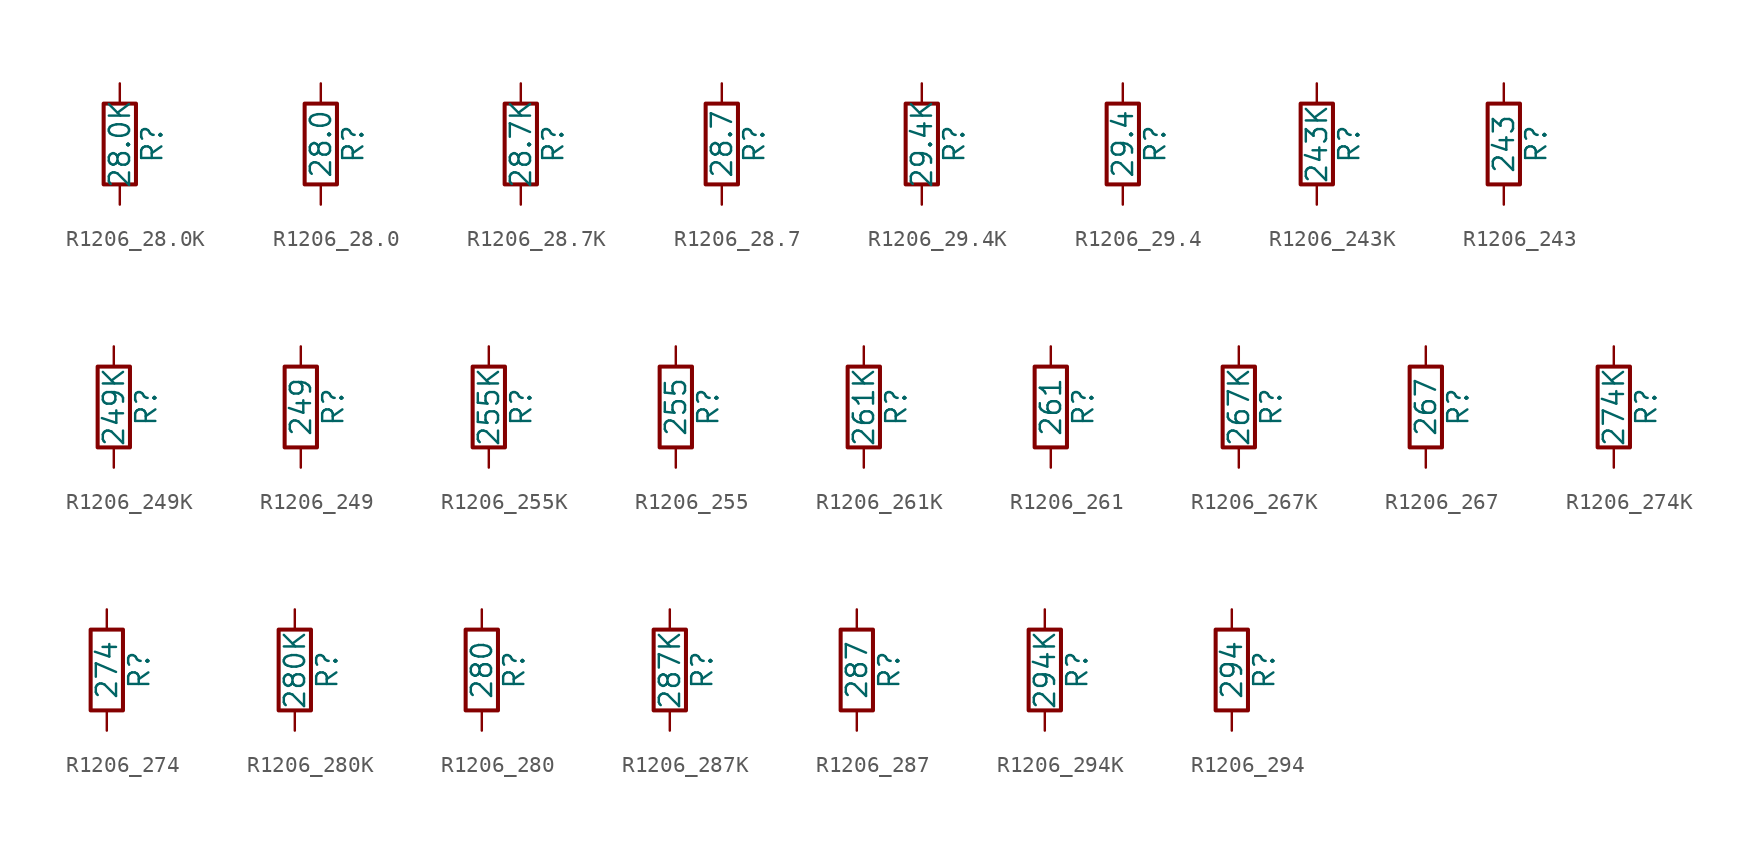
<source format=kicad_sym>
(kicad_symbol_lib
  (version 20211014)
  (generator atlantix-eda)
  (symbol "R1206_28.0K"
    (pin_numbers hide)
    (pin_names
      (offset 0))
    (property "Reference" "R"
      (at 2.032 0 90)
      (effects (font (size 1.27 1.27))))
    (property "Value" "28.0K"
      (at 0 0 90)
      (effects (font (size 1.27 1.27))))
    (symbol "R1206_28.0K_0_1"
      (rectangle (start -1.016 -2.54) (end 1.016 2.54) (stroke (width 0.254) (type default) (color 0 0 0 0)) (fill (type none))))
    (symbol "R1206_28.0K_1_1"
      (pin passive line (at 0 3.81 270) (length 1.27) (name "~" (effects (font (size 1.27 1.27)))) (number "1" (effects (font (size 1.27 1.27)))))
      (pin passive line (at 0 -3.81 90) (length 1.27) (name "~" (effects (font (size 1.27 1.27)))) (number "2" (effects (font (size 1.27 1.27)))))))
  (symbol "R1206_28.0"
    (pin_numbers hide)
    (pin_names
      (offset 0))
    (property "Reference" "R"
      (at 2.032 0 90)
      (effects (font (size 1.27 1.27))))
    (property "Value" "28.0"
      (at 0 0 90)
      (effects (font (size 1.27 1.27))))
    (symbol "R1206_28.0_0_1"
      (rectangle (start -1.016 -2.54) (end 1.016 2.54) (stroke (width 0.254) (type default) (color 0 0 0 0)) (fill (type none))))
    (symbol "R1206_28.0_1_1"
      (pin passive line (at 0 3.81 270) (length 1.27) (name "~" (effects (font (size 1.27 1.27)))) (number "1" (effects (font (size 1.27 1.27)))))
      (pin passive line (at 0 -3.81 90) (length 1.27) (name "~" (effects (font (size 1.27 1.27)))) (number "2" (effects (font (size 1.27 1.27)))))))
  (symbol "R1206_28.7K"
    (pin_numbers hide)
    (pin_names
      (offset 0))
    (property "Reference" "R"
      (at 2.032 0 90)
      (effects (font (size 1.27 1.27))))
    (property "Value" "28.7K"
      (at 0 0 90)
      (effects (font (size 1.27 1.27))))
    (symbol "R1206_28.7K_0_1"
      (rectangle (start -1.016 -2.54) (end 1.016 2.54) (stroke (width 0.254) (type default) (color 0 0 0 0)) (fill (type none))))
    (symbol "R1206_28.7K_1_1"
      (pin passive line (at 0 3.81 270) (length 1.27) (name "~" (effects (font (size 1.27 1.27)))) (number "1" (effects (font (size 1.27 1.27)))))
      (pin passive line (at 0 -3.81 90) (length 1.27) (name "~" (effects (font (size 1.27 1.27)))) (number "2" (effects (font (size 1.27 1.27)))))))
  (symbol "R1206_28.7"
    (pin_numbers hide)
    (pin_names
      (offset 0))
    (property "Reference" "R"
      (at 2.032 0 90)
      (effects (font (size 1.27 1.27))))
    (property "Value" "28.7"
      (at 0 0 90)
      (effects (font (size 1.27 1.27))))
    (symbol "R1206_28.7_0_1"
      (rectangle (start -1.016 -2.54) (end 1.016 2.54) (stroke (width 0.254) (type default) (color 0 0 0 0)) (fill (type none))))
    (symbol "R1206_28.7_1_1"
      (pin passive line (at 0 3.81 270) (length 1.27) (name "~" (effects (font (size 1.27 1.27)))) (number "1" (effects (font (size 1.27 1.27)))))
      (pin passive line (at 0 -3.81 90) (length 1.27) (name "~" (effects (font (size 1.27 1.27)))) (number "2" (effects (font (size 1.27 1.27)))))))
  (symbol "R1206_29.4K"
    (pin_numbers hide)
    (pin_names
      (offset 0))
    (property "Reference" "R"
      (at 2.032 0 90)
      (effects (font (size 1.27 1.27))))
    (property "Value" "29.4K"
      (at 0 0 90)
      (effects (font (size 1.27 1.27))))
    (symbol "R1206_29.4K_0_1"
      (rectangle (start -1.016 -2.54) (end 1.016 2.54) (stroke (width 0.254) (type default) (color 0 0 0 0)) (fill (type none))))
    (symbol "R1206_29.4K_1_1"
      (pin passive line (at 0 3.81 270) (length 1.27) (name "~" (effects (font (size 1.27 1.27)))) (number "1" (effects (font (size 1.27 1.27)))))
      (pin passive line (at 0 -3.81 90) (length 1.27) (name "~" (effects (font (size 1.27 1.27)))) (number "2" (effects (font (size 1.27 1.27)))))))
  (symbol "R1206_29.4"
    (pin_numbers hide)
    (pin_names
      (offset 0))
    (property "Reference" "R"
      (at 2.032 0 90)
      (effects (font (size 1.27 1.27))))
    (property "Value" "29.4"
      (at 0 0 90)
      (effects (font (size 1.27 1.27))))
    (symbol "R1206_29.4_0_1"
      (rectangle (start -1.016 -2.54) (end 1.016 2.54) (stroke (width 0.254) (type default) (color 0 0 0 0)) (fill (type none))))
    (symbol "R1206_29.4_1_1"
      (pin passive line (at 0 3.81 270) (length 1.27) (name "~" (effects (font (size 1.27 1.27)))) (number "1" (effects (font (size 1.27 1.27)))))
      (pin passive line (at 0 -3.81 90) (length 1.27) (name "~" (effects (font (size 1.27 1.27)))) (number "2" (effects (font (size 1.27 1.27)))))))
  (symbol "R1206_243K"
    (pin_numbers hide)
    (pin_names
      (offset 0))
    (property "Reference" "R"
      (at 2.032 0 90)
      (effects (font (size 1.27 1.27))))
    (property "Value" "243K"
      (at 0 0 90)
      (effects (font (size 1.27 1.27))))
    (symbol "R1206_243K_0_1"
      (rectangle (start -1.016 -2.54) (end 1.016 2.54) (stroke (width 0.254) (type default) (color 0 0 0 0)) (fill (type none))))
    (symbol "R1206_243K_1_1"
      (pin passive line (at 0 3.81 270) (length 1.27) (name "~" (effects (font (size 1.27 1.27)))) (number "1" (effects (font (size 1.27 1.27)))))
      (pin passive line (at 0 -3.81 90) (length 1.27) (name "~" (effects (font (size 1.27 1.27)))) (number "2" (effects (font (size 1.27 1.27)))))))
  (symbol "R1206_243"
    (pin_numbers hide)
    (pin_names
      (offset 0))
    (property "Reference" "R"
      (at 2.032 0 90)
      (effects (font (size 1.27 1.27))))
    (property "Value" "243"
      (at 0 0 90)
      (effects (font (size 1.27 1.27))))
    (symbol "R1206_243_0_1"
      (rectangle (start -1.016 -2.54) (end 1.016 2.54) (stroke (width 0.254) (type default) (color 0 0 0 0)) (fill (type none))))
    (symbol "R1206_243_1_1"
      (pin passive line (at 0 3.81 270) (length 1.27) (name "~" (effects (font (size 1.27 1.27)))) (number "1" (effects (font (size 1.27 1.27)))))
      (pin passive line (at 0 -3.81 90) (length 1.27) (name "~" (effects (font (size 1.27 1.27)))) (number "2" (effects (font (size 1.27 1.27)))))))
  (symbol "R1206_249K"
    (pin_numbers hide)
    (pin_names
      (offset 0))
    (property "Reference" "R"
      (at 2.032 0 90)
      (effects (font (size 1.27 1.27))))
    (property "Value" "249K"
      (at 0 0 90)
      (effects (font (size 1.27 1.27))))
    (symbol "R1206_249K_0_1"
      (rectangle (start -1.016 -2.54) (end 1.016 2.54) (stroke (width 0.254) (type default) (color 0 0 0 0)) (fill (type none))))
    (symbol "R1206_249K_1_1"
      (pin passive line (at 0 3.81 270) (length 1.27) (name "~" (effects (font (size 1.27 1.27)))) (number "1" (effects (font (size 1.27 1.27)))))
      (pin passive line (at 0 -3.81 90) (length 1.27) (name "~" (effects (font (size 1.27 1.27)))) (number "2" (effects (font (size 1.27 1.27)))))))
  (symbol "R1206_249"
    (pin_numbers hide)
    (pin_names
      (offset 0))
    (property "Reference" "R"
      (at 2.032 0 90)
      (effects (font (size 1.27 1.27))))
    (property "Value" "249"
      (at 0 0 90)
      (effects (font (size 1.27 1.27))))
    (symbol "R1206_249_0_1"
      (rectangle (start -1.016 -2.54) (end 1.016 2.54) (stroke (width 0.254) (type default) (color 0 0 0 0)) (fill (type none))))
    (symbol "R1206_249_1_1"
      (pin passive line (at 0 3.81 270) (length 1.27) (name "~" (effects (font (size 1.27 1.27)))) (number "1" (effects (font (size 1.27 1.27)))))
      (pin passive line (at 0 -3.81 90) (length 1.27) (name "~" (effects (font (size 1.27 1.27)))) (number "2" (effects (font (size 1.27 1.27)))))))
  (symbol "R1206_255K"
    (pin_numbers hide)
    (pin_names
      (offset 0))
    (property "Reference" "R"
      (at 2.032 0 90)
      (effects (font (size 1.27 1.27))))
    (property "Value" "255K"
      (at 0 0 90)
      (effects (font (size 1.27 1.27))))
    (symbol "R1206_255K_0_1"
      (rectangle (start -1.016 -2.54) (end 1.016 2.54) (stroke (width 0.254) (type default) (color 0 0 0 0)) (fill (type none))))
    (symbol "R1206_255K_1_1"
      (pin passive line (at 0 3.81 270) (length 1.27) (name "~" (effects (font (size 1.27 1.27)))) (number "1" (effects (font (size 1.27 1.27)))))
      (pin passive line (at 0 -3.81 90) (length 1.27) (name "~" (effects (font (size 1.27 1.27)))) (number "2" (effects (font (size 1.27 1.27)))))))
  (symbol "R1206_255"
    (pin_numbers hide)
    (pin_names
      (offset 0))
    (property "Reference" "R"
      (at 2.032 0 90)
      (effects (font (size 1.27 1.27))))
    (property "Value" "255"
      (at 0 0 90)
      (effects (font (size 1.27 1.27))))
    (symbol "R1206_255_0_1"
      (rectangle (start -1.016 -2.54) (end 1.016 2.54) (stroke (width 0.254) (type default) (color 0 0 0 0)) (fill (type none))))
    (symbol "R1206_255_1_1"
      (pin passive line (at 0 3.81 270) (length 1.27) (name "~" (effects (font (size 1.27 1.27)))) (number "1" (effects (font (size 1.27 1.27)))))
      (pin passive line (at 0 -3.81 90) (length 1.27) (name "~" (effects (font (size 1.27 1.27)))) (number "2" (effects (font (size 1.27 1.27)))))))
  (symbol "R1206_261K"
    (pin_numbers hide)
    (pin_names
      (offset 0))
    (property "Reference" "R"
      (at 2.032 0 90)
      (effects (font (size 1.27 1.27))))
    (property "Value" "261K"
      (at 0 0 90)
      (effects (font (size 1.27 1.27))))
    (symbol "R1206_261K_0_1"
      (rectangle (start -1.016 -2.54) (end 1.016 2.54) (stroke (width 0.254) (type default) (color 0 0 0 0)) (fill (type none))))
    (symbol "R1206_261K_1_1"
      (pin passive line (at 0 3.81 270) (length 1.27) (name "~" (effects (font (size 1.27 1.27)))) (number "1" (effects (font (size 1.27 1.27)))))
      (pin passive line (at 0 -3.81 90) (length 1.27) (name "~" (effects (font (size 1.27 1.27)))) (number "2" (effects (font (size 1.27 1.27)))))))
  (symbol "R1206_261"
    (pin_numbers hide)
    (pin_names
      (offset 0))
    (property "Reference" "R"
      (at 2.032 0 90)
      (effects (font (size 1.27 1.27))))
    (property "Value" "261"
      (at 0 0 90)
      (effects (font (size 1.27 1.27))))
    (symbol "R1206_261_0_1"
      (rectangle (start -1.016 -2.54) (end 1.016 2.54) (stroke (width 0.254) (type default) (color 0 0 0 0)) (fill (type none))))
    (symbol "R1206_261_1_1"
      (pin passive line (at 0 3.81 270) (length 1.27) (name "~" (effects (font (size 1.27 1.27)))) (number "1" (effects (font (size 1.27 1.27)))))
      (pin passive line (at 0 -3.81 90) (length 1.27) (name "~" (effects (font (size 1.27 1.27)))) (number "2" (effects (font (size 1.27 1.27)))))))
  (symbol "R1206_267K"
    (pin_numbers hide)
    (pin_names
      (offset 0))
    (property "Reference" "R"
      (at 2.032 0 90)
      (effects (font (size 1.27 1.27))))
    (property "Value" "267K"
      (at 0 0 90)
      (effects (font (size 1.27 1.27))))
    (symbol "R1206_267K_0_1"
      (rectangle (start -1.016 -2.54) (end 1.016 2.54) (stroke (width 0.254) (type default) (color 0 0 0 0)) (fill (type none))))
    (symbol "R1206_267K_1_1"
      (pin passive line (at 0 3.81 270) (length 1.27) (name "~" (effects (font (size 1.27 1.27)))) (number "1" (effects (font (size 1.27 1.27)))))
      (pin passive line (at 0 -3.81 90) (length 1.27) (name "~" (effects (font (size 1.27 1.27)))) (number "2" (effects (font (size 1.27 1.27)))))))
  (symbol "R1206_267"
    (pin_numbers hide)
    (pin_names
      (offset 0))
    (property "Reference" "R"
      (at 2.032 0 90)
      (effects (font (size 1.27 1.27))))
    (property "Value" "267"
      (at 0 0 90)
      (effects (font (size 1.27 1.27))))
    (symbol "R1206_267_0_1"
      (rectangle (start -1.016 -2.54) (end 1.016 2.54) (stroke (width 0.254) (type default) (color 0 0 0 0)) (fill (type none))))
    (symbol "R1206_267_1_1"
      (pin passive line (at 0 3.81 270) (length 1.27) (name "~" (effects (font (size 1.27 1.27)))) (number "1" (effects (font (size 1.27 1.27)))))
      (pin passive line (at 0 -3.81 90) (length 1.27) (name "~" (effects (font (size 1.27 1.27)))) (number "2" (effects (font (size 1.27 1.27)))))))
  (symbol "R1206_274K"
    (pin_numbers hide)
    (pin_names
      (offset 0))
    (property "Reference" "R"
      (at 2.032 0 90)
      (effects (font (size 1.27 1.27))))
    (property "Value" "274K"
      (at 0 0 90)
      (effects (font (size 1.27 1.27))))
    (symbol "R1206_274K_0_1"
      (rectangle (start -1.016 -2.54) (end 1.016 2.54) (stroke (width 0.254) (type default) (color 0 0 0 0)) (fill (type none))))
    (symbol "R1206_274K_1_1"
      (pin passive line (at 0 3.81 270) (length 1.27) (name "~" (effects (font (size 1.27 1.27)))) (number "1" (effects (font (size 1.27 1.27)))))
      (pin passive line (at 0 -3.81 90) (length 1.27) (name "~" (effects (font (size 1.27 1.27)))) (number "2" (effects (font (size 1.27 1.27)))))))
  (symbol "R1206_274"
    (pin_numbers hide)
    (pin_names
      (offset 0))
    (property "Reference" "R"
      (at 2.032 0 90)
      (effects (font (size 1.27 1.27))))
    (property "Value" "274"
      (at 0 0 90)
      (effects (font (size 1.27 1.27))))
    (symbol "R1206_274_0_1"
      (rectangle (start -1.016 -2.54) (end 1.016 2.54) (stroke (width 0.254) (type default) (color 0 0 0 0)) (fill (type none))))
    (symbol "R1206_274_1_1"
      (pin passive line (at 0 3.81 270) (length 1.27) (name "~" (effects (font (size 1.27 1.27)))) (number "1" (effects (font (size 1.27 1.27)))))
      (pin passive line (at 0 -3.81 90) (length 1.27) (name "~" (effects (font (size 1.27 1.27)))) (number "2" (effects (font (size 1.27 1.27)))))))
  (symbol "R1206_280K"
    (pin_numbers hide)
    (pin_names
      (offset 0))
    (property "Reference" "R"
      (at 2.032 0 90)
      (effects (font (size 1.27 1.27))))
    (property "Value" "280K"
      (at 0 0 90)
      (effects (font (size 1.27 1.27))))
    (symbol "R1206_280K_0_1"
      (rectangle (start -1.016 -2.54) (end 1.016 2.54) (stroke (width 0.254) (type default) (color 0 0 0 0)) (fill (type none))))
    (symbol "R1206_280K_1_1"
      (pin passive line (at 0 3.81 270) (length 1.27) (name "~" (effects (font (size 1.27 1.27)))) (number "1" (effects (font (size 1.27 1.27)))))
      (pin passive line (at 0 -3.81 90) (length 1.27) (name "~" (effects (font (size 1.27 1.27)))) (number "2" (effects (font (size 1.27 1.27)))))))
  (symbol "R1206_280"
    (pin_numbers hide)
    (pin_names
      (offset 0))
    (property "Reference" "R"
      (at 2.032 0 90)
      (effects (font (size 1.27 1.27))))
    (property "Value" "280"
      (at 0 0 90)
      (effects (font (size 1.27 1.27))))
    (symbol "R1206_280_0_1"
      (rectangle (start -1.016 -2.54) (end 1.016 2.54) (stroke (width 0.254) (type default) (color 0 0 0 0)) (fill (type none))))
    (symbol "R1206_280_1_1"
      (pin passive line (at 0 3.81 270) (length 1.27) (name "~" (effects (font (size 1.27 1.27)))) (number "1" (effects (font (size 1.27 1.27)))))
      (pin passive line (at 0 -3.81 90) (length 1.27) (name "~" (effects (font (size 1.27 1.27)))) (number "2" (effects (font (size 1.27 1.27)))))))
  (symbol "R1206_287K"
    (pin_numbers hide)
    (pin_names
      (offset 0))
    (property "Reference" "R"
      (at 2.032 0 90)
      (effects (font (size 1.27 1.27))))
    (property "Value" "287K"
      (at 0 0 90)
      (effects (font (size 1.27 1.27))))
    (symbol "R1206_287K_0_1"
      (rectangle (start -1.016 -2.54) (end 1.016 2.54) (stroke (width 0.254) (type default) (color 0 0 0 0)) (fill (type none))))
    (symbol "R1206_287K_1_1"
      (pin passive line (at 0 3.81 270) (length 1.27) (name "~" (effects (font (size 1.27 1.27)))) (number "1" (effects (font (size 1.27 1.27)))))
      (pin passive line (at 0 -3.81 90) (length 1.27) (name "~" (effects (font (size 1.27 1.27)))) (number "2" (effects (font (size 1.27 1.27)))))))
  (symbol "R1206_287"
    (pin_numbers hide)
    (pin_names
      (offset 0))
    (property "Reference" "R"
      (at 2.032 0 90)
      (effects (font (size 1.27 1.27))))
    (property "Value" "287"
      (at 0 0 90)
      (effects (font (size 1.27 1.27))))
    (symbol "R1206_287_0_1"
      (rectangle (start -1.016 -2.54) (end 1.016 2.54) (stroke (width 0.254) (type default) (color 0 0 0 0)) (fill (type none))))
    (symbol "R1206_287_1_1"
      (pin passive line (at 0 3.81 270) (length 1.27) (name "~" (effects (font (size 1.27 1.27)))) (number "1" (effects (font (size 1.27 1.27)))))
      (pin passive line (at 0 -3.81 90) (length 1.27) (name "~" (effects (font (size 1.27 1.27)))) (number "2" (effects (font (size 1.27 1.27)))))))
  (symbol "R1206_294K"
    (pin_numbers hide)
    (pin_names
      (offset 0))
    (property "Reference" "R"
      (at 2.032 0 90)
      (effects (font (size 1.27 1.27))))
    (property "Value" "294K"
      (at 0 0 90)
      (effects (font (size 1.27 1.27))))
    (symbol "R1206_294K_0_1"
      (rectangle (start -1.016 -2.54) (end 1.016 2.54) (stroke (width 0.254) (type default) (color 0 0 0 0)) (fill (type none))))
    (symbol "R1206_294K_1_1"
      (pin passive line (at 0 3.81 270) (length 1.27) (name "~" (effects (font (size 1.27 1.27)))) (number "1" (effects (font (size 1.27 1.27)))))
      (pin passive line (at 0 -3.81 90) (length 1.27) (name "~" (effects (font (size 1.27 1.27)))) (number "2" (effects (font (size 1.27 1.27)))))))
  (symbol "R1206_294"
    (pin_numbers hide)
    (pin_names
      (offset 0))
    (property "Reference" "R"
      (at 2.032 0 90)
      (effects (font (size 1.27 1.27))))
    (property "Value" "294"
      (at 0 0 90)
      (effects (font (size 1.27 1.27))))
    (symbol "R1206_294_0_1"
      (rectangle (start -1.016 -2.54) (end 1.016 2.54) (stroke (width 0.254) (type default) (color 0 0 0 0)) (fill (type none))))
    (symbol "R1206_294_1_1"
      (pin passive line (at 0 3.81 270) (length 1.27) (name "~" (effects (font (size 1.27 1.27)))) (number "1" (effects (font (size 1.27 1.27)))))
      (pin passive line (at 0 -3.81 90) (length 1.27) (name "~" (effects (font (size 1.27 1.27)))) (number "2" (effects (font (size 1.27 1.27))))))))
</source>
